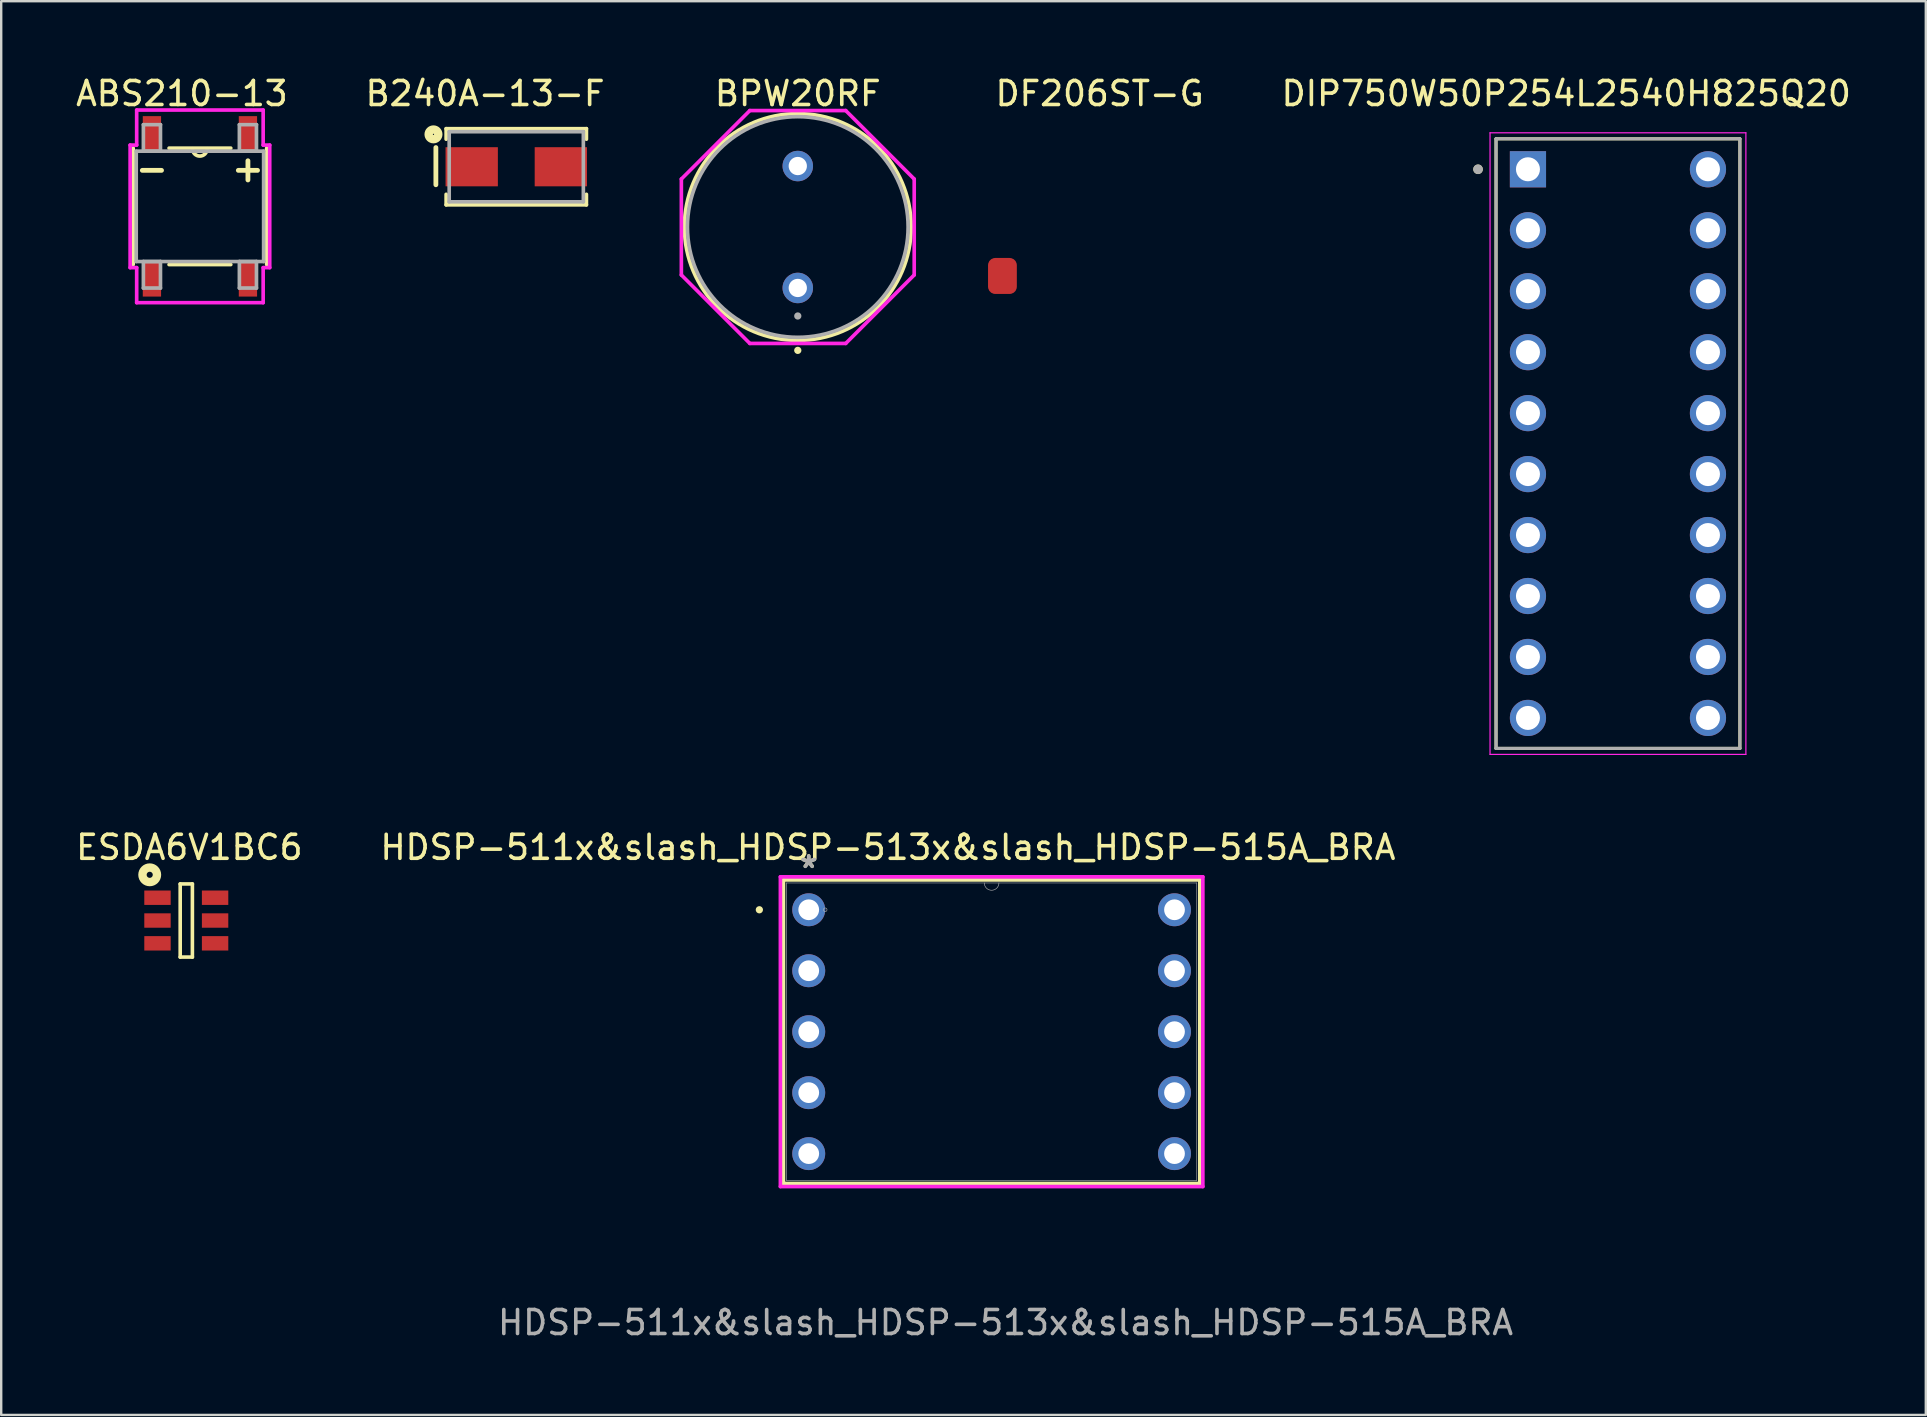
<source format=kicad_pcb>
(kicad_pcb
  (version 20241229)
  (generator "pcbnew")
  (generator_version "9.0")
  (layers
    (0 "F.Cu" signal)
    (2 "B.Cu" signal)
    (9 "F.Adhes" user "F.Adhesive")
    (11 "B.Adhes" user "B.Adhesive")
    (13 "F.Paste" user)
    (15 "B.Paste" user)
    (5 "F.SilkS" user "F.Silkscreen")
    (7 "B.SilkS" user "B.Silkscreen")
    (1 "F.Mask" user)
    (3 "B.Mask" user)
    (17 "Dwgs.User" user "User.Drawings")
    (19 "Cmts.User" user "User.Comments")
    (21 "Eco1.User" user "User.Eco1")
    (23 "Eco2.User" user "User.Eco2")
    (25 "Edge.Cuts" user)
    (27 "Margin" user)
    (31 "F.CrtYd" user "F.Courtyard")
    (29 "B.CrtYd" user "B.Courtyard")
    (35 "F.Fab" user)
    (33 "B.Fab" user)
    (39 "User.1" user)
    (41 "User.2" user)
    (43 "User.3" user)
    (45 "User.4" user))
  (footprint "B240A-13-F"
    (layer "F.Cu")
    (at 18.461 3.898)
    (property "Reference" "B240A-13-F" (at -1.3 -3.05 0) (layer "F.SilkS") (effects (font (size 1 1) (thickness 0.15))))
    (attr through_hole)
    (fp_line (start -3.35 -0.8) (end -3.35 0.75) (stroke (width 0.2) (type solid)) (layer "F.SilkS"))
    (fp_line (start -2.922 -1.587) (end -2.922 -1.148) (stroke (width 0.152) (type solid)) (layer "F.SilkS"))
    (fp_line (start -2.922 1.148) (end -2.922 1.587) (stroke (width 0.152) (type solid)) (layer "F.SilkS"))
    (fp_line (start -2.922 1.587) (end 2.922 1.587) (stroke (width 0.152) (type solid)) (layer "F.SilkS"))
    (fp_line (start 2.922 -1.587) (end -2.922 -1.587) (stroke (width 0.152) (type solid)) (layer "F.SilkS"))
    (fp_line (start 2.922 -1.148) (end 2.922 -1.587) (stroke (width 0.152) (type solid)) (layer "F.SilkS"))
    (fp_line (start 2.922 1.587) (end 2.922 1.148) (stroke (width 0.152) (type solid)) (layer "F.SilkS"))
    (fp_circle (center -3.45 -1.35) (end -3.25 -1.35) (stroke (width 0.35) (type solid)) (fill no) (layer "F.SilkS"))
    (fp_line (start -2.795 -1.46) (end -2.795 1.46) (stroke (width 0.152) (type solid)) (layer "F.Fab"))
    (fp_line (start -2.795 1.46) (end 2.795 1.46) (stroke (width 0.152) (type solid)) (layer "F.Fab"))
    (fp_line (start 2.795 -1.46) (end -2.795 -1.46) (stroke (width 0.152) (type solid)) (layer "F.Fab"))
    (fp_line (start 2.795 1.46) (end 2.795 -1.46) (stroke (width 0.152) (type solid)) (layer "F.Fab"))
    (pad "1" smd rect (at 1.857 0 90) (size 1.63 2.18) (layers "F.Cu" "F.Mask" "F.Paste"))
    (pad "2" smd rect (at -1.857 0 90) (size 1.63 2.18) (layers "F.Cu" "F.Mask" "F.Paste")))
  (footprint "DIP750W50P254L2540H825Q20"
    (layer "F.Cu")
    (at 64.363 15.433)
    (property "Reference" "DIP750W50P254L2540H825Q20" (at -2.155 -14.585 0) (layer "F.SilkS") (effects (font (size 1 1) (thickness 0.15))))
    (attr through_hole)
    (fp_line (start -5.08 -12.7) (end 5.08 -12.7) (stroke (width 0.127) (type solid)) (layer "F.SilkS"))
    (fp_line (start -5.08 12.7) (end -5.08 -12.7) (stroke (width 0.127) (type solid)) (layer "F.SilkS"))
    (fp_line (start 5.08 -12.7) (end 5.08 12.7) (stroke (width 0.127) (type solid)) (layer "F.SilkS"))
    (fp_line (start 5.08 12.7) (end -5.08 12.7) (stroke (width 0.127) (type solid)) (layer "F.SilkS"))
    (fp_circle (center -5.83 -11.43) (end -5.73 -11.43) (stroke (width 0.2) (type solid)) (fill no) (layer "F.SilkS"))
    (fp_line (start -5.33 -12.95) (end -5.33 12.95) (stroke (width 0.05) (type solid)) (layer "F.CrtYd"))
    (fp_line (start -5.33 12.95) (end 5.33 12.95) (stroke (width 0.05) (type solid)) (layer "F.CrtYd"))
    (fp_line (start 5.33 -12.95) (end -5.33 -12.95) (stroke (width 0.05) (type solid)) (layer "F.CrtYd"))
    (fp_line (start 5.33 12.95) (end 5.33 -12.95) (stroke (width 0.05) (type solid)) (layer "F.CrtYd"))
    (fp_line (start -5.08 -12.7) (end 5.08 -12.7) (stroke (width 0.127) (type solid)) (layer "F.Fab"))
    (fp_line (start -5.08 12.7) (end -5.08 -12.7) (stroke (width 0.127) (type solid)) (layer "F.Fab"))
    (fp_line (start 5.08 -12.7) (end 5.08 12.7) (stroke (width 0.127) (type solid)) (layer "F.Fab"))
    (fp_line (start 5.08 12.7) (end -5.08 12.7) (stroke (width 0.127) (type solid)) (layer "F.Fab"))
    (fp_circle (center -5.83 -11.43) (end -5.73 -11.43) (stroke (width 0.2) (type solid)) (fill no) (layer "F.Fab"))
    (pad "1" thru_hole rect (at -3.75 -11.43) (size 1.508 1.508) (drill 1) (layers "*.Cu" "*.Mask"))
    (pad "2" thru_hole circle (at -3.75 -8.89) (size 1.508 1.508) (drill 1) (layers "*.Cu" "*.Mask"))
    (pad "3" thru_hole circle (at -3.75 -6.35) (size 1.508 1.508) (drill 1) (layers "*.Cu" "*.Mask"))
    (pad "4" thru_hole circle (at -3.75 -3.81) (size 1.508 1.508) (drill 1) (layers "*.Cu" "*.Mask"))
    (pad "5" thru_hole circle (at -3.75 -1.27) (size 1.508 1.508) (drill 1) (layers "*.Cu" "*.Mask"))
    (pad "6" thru_hole circle (at -3.75 1.27) (size 1.508 1.508) (drill 1) (layers "*.Cu" "*.Mask"))
    (pad "7" thru_hole circle (at -3.75 3.81) (size 1.508 1.508) (drill 1) (layers "*.Cu" "*.Mask"))
    (pad "8" thru_hole circle (at -3.75 6.35) (size 1.508 1.508) (drill 1) (layers "*.Cu" "*.Mask"))
    (pad "9" thru_hole circle (at -3.75 8.89) (size 1.508 1.508) (drill 1) (layers "*.Cu" "*.Mask"))
    (pad "10" thru_hole circle (at -3.75 11.43) (size 1.508 1.508) (drill 1) (layers "*.Cu" "*.Mask"))
    (pad "11" thru_hole circle (at 3.75 11.43) (size 1.508 1.508) (drill 1) (layers "*.Cu" "*.Mask"))
    (pad "12" thru_hole circle (at 3.75 8.89) (size 1.508 1.508) (drill 1) (layers "*.Cu" "*.Mask"))
    (pad "13" thru_hole circle (at 3.75 6.35) (size 1.508 1.508) (drill 1) (layers "*.Cu" "*.Mask"))
    (pad "14" thru_hole circle (at 3.75 3.81) (size 1.508 1.508) (drill 1) (layers "*.Cu" "*.Mask"))
    (pad "15" thru_hole circle (at 3.75 1.27) (size 1.508 1.508) (drill 1) (layers "*.Cu" "*.Mask"))
    (pad "16" thru_hole circle (at 3.75 -1.27) (size 1.508 1.508) (drill 1) (layers "*.Cu" "*.Mask"))
    (pad "17" thru_hole circle (at 3.75 -3.81) (size 1.508 1.508) (drill 1) (layers "*.Cu" "*.Mask"))
    (pad "18" thru_hole circle (at 3.75 -6.35) (size 1.508 1.508) (drill 1) (layers "*.Cu" "*.Mask"))
    (pad "19" thru_hole circle (at 3.75 -8.89) (size 1.508 1.508) (drill 1) (layers "*.Cu" "*.Mask"))
    (pad "20" thru_hole circle (at 3.75 -11.43) (size 1.508 1.508) (drill 1) (layers "*.Cu" "*.Mask")))
  (footprint "ABS210-13"
    (layer "F.Cu")
    (at 5.28 5.548)
    (property "Reference" "ABS210-13" (at -0.75 -4.7 0) (layer "F.SilkS") (effects (font (size 1 1) (thickness 0.15))))
    (attr through_hole)
    (fp_line (start -2.781 -2.426) (end -2.781 2.426) (stroke (width 0.152) (type solid)) (layer "F.SilkS"))
    (fp_line (start -2.4 -1.5) (end -1.6 -1.5) (stroke (width 0.2) (type solid)) (layer "F.SilkS"))
    (fp_line (start -1.286 2.426) (end 1.286 2.426) (stroke (width 0.152) (type solid)) (layer "F.SilkS"))
    (fp_line (start 1.286 -2.426) (end -1.286 -2.426) (stroke (width 0.152) (type solid)) (layer "F.SilkS"))
    (fp_line (start 1.6 -1.5) (end 2.4 -1.5) (stroke (width 0.2) (type solid)) (layer "F.SilkS"))
    (fp_line (start 2 -1.1) (end 2 -1.9) (stroke (width 0.2) (type solid)) (layer "F.SilkS"))
    (fp_line (start 2.781 2.426) (end 2.781 -2.426) (stroke (width 0.152) (type solid)) (layer "F.SilkS"))
    (fp_arc (start 0.3 -2.4) (mid -0.0048 -2.0952) (end -0.3096 -2.4) (stroke (width 0.1524) (type solid)) (layer "F.SilkS"))
    (fp_line (start -2.908 -2.553) (end -2.635 -2.553) (stroke (width 0.152) (type solid)) (layer "F.CrtYd"))
    (fp_line (start -2.908 2.553) (end -2.908 -2.553) (stroke (width 0.152) (type solid)) (layer "F.CrtYd"))
    (fp_line (start -2.635 -4.013) (end 2.635 -4.013) (stroke (width 0.152) (type solid)) (layer "F.CrtYd"))
    (fp_line (start -2.635 -2.553) (end -2.635 -4.013) (stroke (width 0.152) (type solid)) (layer "F.CrtYd"))
    (fp_line (start -2.635 2.553) (end -2.908 2.553) (stroke (width 0.152) (type solid)) (layer "F.CrtYd"))
    (fp_line (start -2.635 4.013) (end -2.635 2.553) (stroke (width 0.152) (type solid)) (layer "F.CrtYd"))
    (fp_line (start 2.635 -4.013) (end 2.635 -2.553) (stroke (width 0.152) (type solid)) (layer "F.CrtYd"))
    (fp_line (start 2.635 -2.553) (end 2.908 -2.553) (stroke (width 0.152) (type solid)) (layer "F.CrtYd"))
    (fp_line (start 2.635 2.553) (end 2.635 4.013) (stroke (width 0.152) (type solid)) (layer "F.CrtYd"))
    (fp_line (start 2.635 4.013) (end -2.635 4.013) (stroke (width 0.152) (type solid)) (layer "F.CrtYd"))
    (fp_line (start 2.908 -2.553) (end 2.908 2.553) (stroke (width 0.152) (type solid)) (layer "F.CrtYd"))
    (fp_line (start 2.908 2.553) (end 2.635 2.553) (stroke (width 0.152) (type solid)) (layer "F.CrtYd"))
    (fp_line (start -2.654 -2.299) (end -2.654 2.299) (stroke (width 0.152) (type solid)) (layer "F.Fab"))
    (fp_line (start -2.654 2.299) (end 2.654 2.299) (stroke (width 0.152) (type solid)) (layer "F.Fab"))
    (fp_line (start -2.356 -3.404) (end -2.356 -2.299) (stroke (width 0.152) (type solid)) (layer "F.Fab"))
    (fp_line (start -2.356 -2.299) (end -1.644 -2.299) (stroke (width 0.152) (type solid)) (layer "F.Fab"))
    (fp_line (start -2.356 2.299) (end -2.356 3.404) (stroke (width 0.152) (type solid)) (layer "F.Fab"))
    (fp_line (start -2.356 3.404) (end -1.644 3.404) (stroke (width 0.152) (type solid)) (layer "F.Fab"))
    (fp_line (start -1.644 -3.404) (end -2.356 -3.404) (stroke (width 0.152) (type solid)) (layer "F.Fab"))
    (fp_line (start -1.644 -2.299) (end -1.644 -3.404) (stroke (width 0.152) (type solid)) (layer "F.Fab"))
    (fp_line (start -1.644 2.299) (end -2.356 2.299) (stroke (width 0.152) (type solid)) (layer "F.Fab"))
    (fp_line (start -1.644 3.404) (end -1.644 2.299) (stroke (width 0.152) (type solid)) (layer "F.Fab"))
    (fp_line (start 1.644 -3.404) (end 1.644 -2.299) (stroke (width 0.152) (type solid)) (layer "F.Fab"))
    (fp_line (start 1.644 -2.299) (end 2.356 -2.299) (stroke (width 0.152) (type solid)) (layer "F.Fab"))
    (fp_line (start 1.644 2.299) (end 1.644 3.404) (stroke (width 0.152) (type solid)) (layer "F.Fab"))
    (fp_line (start 1.644 3.404) (end 2.356 3.404) (stroke (width 0.152) (type solid)) (layer "F.Fab"))
    (fp_line (start 2.356 -3.404) (end 1.644 -3.404) (stroke (width 0.152) (type solid)) (layer "F.Fab"))
    (fp_line (start 2.356 -2.299) (end 2.356 -3.404) (stroke (width 0.152) (type solid)) (layer "F.Fab"))
    (fp_line (start 2.356 2.299) (end 1.644 2.299) (stroke (width 0.152) (type solid)) (layer "F.Fab"))
    (fp_line (start 2.356 3.404) (end 2.356 2.299) (stroke (width 0.152) (type solid)) (layer "F.Fab"))
    (fp_line (start 2.654 -2.299) (end -2.654 -2.299) (stroke (width 0.152) (type solid)) (layer "F.Fab"))
    (fp_line (start 2.654 2.299) (end 2.654 -2.299) (stroke (width 0.152) (type solid)) (layer "F.Fab"))
    (pad "1" smd rect (at 2 -3.029 90) (size 1.46 0.762) (layers "F.Cu" "F.Mask" "F.Paste"))
    (pad "2" smd rect (at 2 3.029 90) (size 1.46 0.762) (layers "F.Cu" "F.Mask" "F.Paste"))
    (pad "3" smd rect (at -2 -3.029 90) (size 1.46 0.762) (layers "F.Cu" "F.Mask" "F.Paste"))
    (pad "4" smd rect (at -2 3.029 90) (size 1.46 0.762) (layers "F.Cu" "F.Mask" "F.Paste")))
  (footprint "DF206ST-G"
    (layer "F.Cu")
    (at 42.817 11.548)
    (property "Reference" "DF206ST-G" (at -0.05 -10.7 0) (layer "F.SilkS") (effects (font (size 1 1) (thickness 0.15))))
    (attr through_hole)
    (pad "1" smd roundrect (at -4.1 -3.1) (size 1.2 1.5) (layers "F.Cu" "F.Mask" "F.Paste") (roundrect_rratio 0.25)))
  (footprint "BPW20RF"
    (layer "F.Cu")
    (at 30.19 8.948)
    (property "Reference" "BPW20RF" (at 0 -8.1 0) (layer "F.SilkS") (effects (font (size 1 1) (thickness 0.15))))
    (attr through_hole)
    (fp_circle (center 0 -2.54) (end 4.724 -2.54) (stroke (width 0.152) (type solid)) (fill no) (layer "F.SilkS"))
    (fp_circle (center 0 2.6) (end 0.076 2.6) (stroke (width 0.152) (type solid)) (fill no) (layer "F.SilkS"))
    (fp_line (start -4.851 -4.538) (end -1.998 -7.391) (stroke (width 0.152) (type solid)) (layer "F.CrtYd"))
    (fp_line (start -4.851 -0.542) (end -4.851 -4.538) (stroke (width 0.152) (type solid)) (layer "F.CrtYd"))
    (fp_line (start -1.998 -7.391) (end 1.998 -7.391) (stroke (width 0.152) (type solid)) (layer "F.CrtYd"))
    (fp_line (start -1.998 2.311) (end -4.851 -0.542) (stroke (width 0.152) (type solid)) (layer "F.CrtYd"))
    (fp_line (start 1.998 -7.391) (end 4.851 -4.538) (stroke (width 0.152) (type solid)) (layer "F.CrtYd"))
    (fp_line (start 1.998 2.311) (end -1.998 2.311) (stroke (width 0.152) (type solid)) (layer "F.CrtYd"))
    (fp_line (start 4.851 -4.538) (end 4.851 -0.542) (stroke (width 0.152) (type solid)) (layer "F.CrtYd"))
    (fp_line (start 4.851 -0.542) (end 1.998 2.311) (stroke (width 0.152) (type solid)) (layer "F.CrtYd"))
    (fp_circle (center 0 -2.54) (end 4.597 -2.54) (stroke (width 0.152) (type solid)) (fill no) (layer "F.Fab"))
    (fp_circle (center 0 1.168) (end 0.076 1.168) (stroke (width 0.152) (type solid)) (fill no) (layer "F.Fab"))
    (fp_text user "Copyright 2016 Accelerated Designs. All rights reserved." (at 0 0 0) (layer "Cmts.User") (effects (font (size 0.127 0.127) (thickness 0.002))))
    (pad "1" thru_hole circle (at 0 0) (size 1.27 1.27) (drill 0.762) (layers "*.Cu" "*.Mask"))
    (pad "2" thru_hole circle (at 0 -5.08) (size 1.27 1.27) (drill 0.762) (layers "*.Cu" "*.Mask")))
  (footprint "HDSP-511x&slash_HDSP-513x&slash_HDSP-515A_BRA"
    (layer "F.Cu")
    (at 30.646 34.856)
    (property "Reference" "HDSP-511x&slash_HDSP-513x&slash_HDSP-515A_BRA" (at 3.3 -2.6 0) (unlocked yes) (layer "F.SilkS") (effects (font (size 1 1) (thickness 0.15))))
    (attr through_hole)
    (fp_line (start -1.054 -1.245) (end -1.054 11.405) (stroke (width 0.152) (type solid)) (layer "F.SilkS"))
    (fp_line (start -1.054 11.405) (end 16.294 11.405) (stroke (width 0.152) (type solid)) (layer "F.SilkS"))
    (fp_line (start 16.294 -1.245) (end -1.054 -1.245) (stroke (width 0.152) (type solid)) (layer "F.SilkS"))
    (fp_line (start 16.294 11.405) (end 16.294 -1.245) (stroke (width 0.152) (type solid)) (layer "F.SilkS"))
    (fp_circle (center -2.057 0) (end -1.981 0) (stroke (width 0.152) (type solid)) (fill no) (layer "F.SilkS"))
    (fp_line (start -1.181 -1.372) (end 16.421 -1.372) (stroke (width 0.152) (type solid)) (layer "F.CrtYd"))
    (fp_line (start -1.181 11.532) (end -1.181 -1.372) (stroke (width 0.152) (type solid)) (layer "F.CrtYd"))
    (fp_line (start 16.421 -1.372) (end 16.421 11.532) (stroke (width 0.152) (type solid)) (layer "F.CrtYd"))
    (fp_line (start 16.421 11.532) (end -1.181 11.532) (stroke (width 0.152) (type solid)) (layer "F.CrtYd"))
    (fp_line (start -0.927 -1.118) (end -0.927 11.278) (stroke (width 0.025) (type solid)) (layer "F.Fab"))
    (fp_line (start -0.927 11.278) (end 16.167 11.278) (stroke (width 0.025) (type solid)) (layer "F.Fab"))
    (fp_line (start 16.167 -1.118) (end -0.927 -1.118) (stroke (width 0.025) (type solid)) (layer "F.Fab"))
    (fp_line (start 16.167 11.278) (end 16.167 -1.118) (stroke (width 0.025) (type solid)) (layer "F.Fab"))
    (fp_arc (start 7.9248 -1.1176) (mid 7.62 -0.8128) (end 7.3152 -1.1176) (stroke (width 0.0254) (type solid)) (layer "F.Fab"))
    (fp_circle (center 0.686 0) (end 0.762 0) (stroke (width 0.025) (type solid)) (fill no) (layer "F.Fab"))
    (fp_text user "*" (at 0 -1.7 0) (unlocked yes) (layer "F.SilkS") (effects (font (size 1 1) (thickness 0.15))))
    (fp_text user "${REFERENCE}" (at 8.2 17.2 0) (unlocked yes) (layer "F.Fab") (effects (font (size 1 1) (thickness 0.15))))
    (fp_text user "*" (at 0 -1.693 0) (layer "F.Fab") (effects (font (size 1 1) (thickness 0.15))))
    (pad "1" thru_hole circle (at 0 0) (size 1.372 1.372) (drill 0.864) (layers "*.Cu" "*.Mask"))
    (pad "2" thru_hole circle (at 0 2.54) (size 1.372 1.372) (drill 0.864) (layers "*.Cu" "*.Mask"))
    (pad "3" thru_hole circle (at 0 5.08) (size 1.372 1.372) (drill 0.864) (layers "*.Cu" "*.Mask"))
    (pad "4" thru_hole circle (at 0 7.62) (size 1.372 1.372) (drill 0.864) (layers "*.Cu" "*.Mask"))
    (pad "5" thru_hole circle (at 0 10.16) (size 1.372 1.372) (drill 0.864) (layers "*.Cu" "*.Mask"))
    (pad "6" thru_hole circle (at 15.24 10.16) (size 1.372 1.372) (drill 0.864) (layers "*.Cu" "*.Mask"))
    (pad "7" thru_hole circle (at 15.24 7.62) (size 1.372 1.372) (drill 0.864) (layers "*.Cu" "*.Mask"))
    (pad "8" thru_hole circle (at 15.24 5.08) (size 1.372 1.372) (drill 0.864) (layers "*.Cu" "*.Mask"))
    (pad "9" thru_hole circle (at 15.24 2.54) (size 1.372 1.372) (drill 0.864) (layers "*.Cu" "*.Mask"))
    (pad "10" thru_hole circle (at 15.24 0) (size 1.372 1.372) (drill 0.864) (layers "*.Cu" "*.Mask")))
  (footprint "ESDA6V1BC6"
    (layer "F.Cu")
    (at 4.712 35.304)
    (property "Reference" "ESDA6V1BC6" (at 0.127 -3.048 0) (layer "F.SilkS") (effects (font (size 1 1) (thickness 0.15))))
    (attr through_hole)
    (fp_line (start -0.254 -1.524) (end -0.254 1.524) (stroke (width 0.15) (type solid)) (layer "F.SilkS"))
    (fp_line (start -0.254 -1.524) (end 0.254 -1.524) (stroke (width 0.15) (type solid)) (layer "F.SilkS"))
    (fp_line (start -0.254 1.524) (end 0.254 1.524) (stroke (width 0.15) (type solid)) (layer "F.SilkS"))
    (fp_line (start 0.254 1.524) (end 0.254 -1.524) (stroke (width 0.15) (type solid)) (layer "F.SilkS"))
    (fp_circle (center -1.524 -1.905) (end -1.524 -1.778) (stroke (width 0.35) (type solid)) (fill no) (layer "F.SilkS"))
    (pad "1" smd rect (at -1.2 -0.95) (size 1.1 0.6) (layers "F.Cu" "F.Mask" "F.Paste"))
    (pad "2" smd rect (at -1.2 0) (size 1.1 0.6) (layers "F.Cu" "F.Mask" "F.Paste"))
    (pad "3" smd rect (at -1.2 0.95) (size 1.1 0.6) (layers "F.Cu" "F.Mask" "F.Paste"))
    (pad "4" smd rect (at 1.2 0.95) (size 1.1 0.6) (layers "F.Cu" "F.Mask" "F.Paste"))
    (pad "5" smd rect (at 1.2 0) (size 1.1 0.6) (layers "F.Cu" "F.Mask" "F.Paste"))
    (pad "6" smd rect (at 1.2 -0.95) (size 1.1 0.6) (layers "F.Cu" "F.Mask" "F.Paste")))
  (gr_rect
    (start -3 -3)
    (end 77.19 55.905)
    (stroke (width 0.1) (type default))
    (fill no)
    (layer "Edge.Cuts")))
</source>
